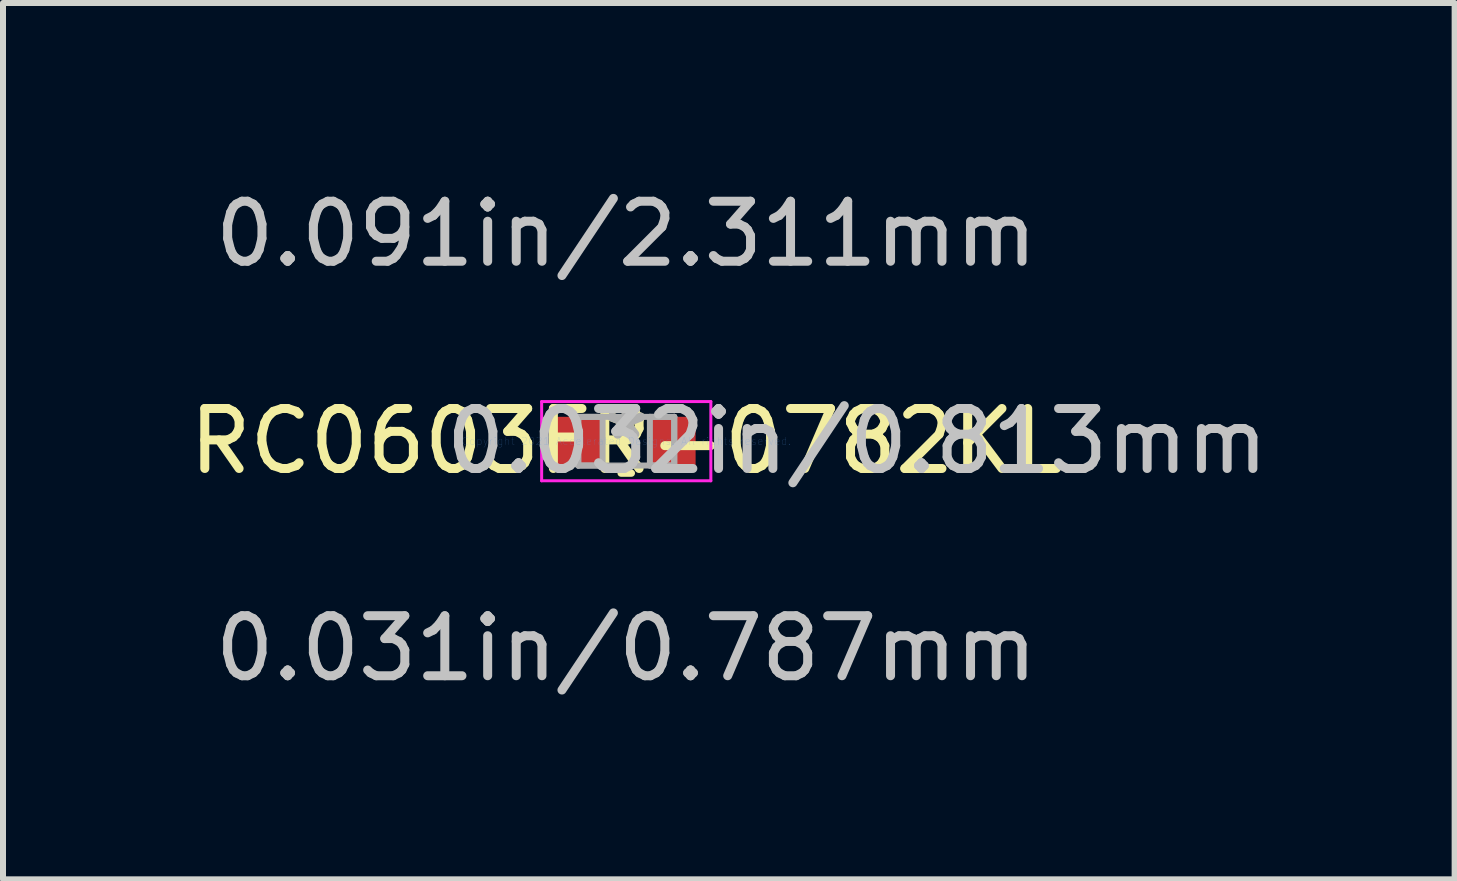
<source format=kicad_pcb>
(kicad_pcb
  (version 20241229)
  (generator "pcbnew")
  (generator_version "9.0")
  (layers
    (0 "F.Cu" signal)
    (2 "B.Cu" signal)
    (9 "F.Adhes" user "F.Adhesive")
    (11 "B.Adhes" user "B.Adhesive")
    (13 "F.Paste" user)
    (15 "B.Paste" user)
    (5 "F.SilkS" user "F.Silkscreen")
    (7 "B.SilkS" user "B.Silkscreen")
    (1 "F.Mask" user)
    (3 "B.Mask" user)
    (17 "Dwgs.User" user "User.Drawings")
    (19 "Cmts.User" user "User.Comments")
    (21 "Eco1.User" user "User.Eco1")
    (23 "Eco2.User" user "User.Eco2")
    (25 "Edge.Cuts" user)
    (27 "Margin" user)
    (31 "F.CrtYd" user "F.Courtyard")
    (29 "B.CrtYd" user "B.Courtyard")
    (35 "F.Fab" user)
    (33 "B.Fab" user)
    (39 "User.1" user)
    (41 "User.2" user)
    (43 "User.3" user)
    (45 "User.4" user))
  (footprint "RC0603FR-0782KL"
    (layer "F.Cu")
    (at 7.387 4.303)
    (property "Reference" "RC0603FR-0782KL" (at 0 0 0) (layer "F.SilkS") (effects (font (size 1 1) (thickness 0.15))))
    (attr through_hole)
    (fp_line (start -0.086 0.533) (end 0.086 0.533) (stroke (width 0.12) (type solid)) (layer "F.SilkS"))
    (fp_line (start 0.086 -0.533) (end -0.086 -0.533) (stroke (width 0.12) (type solid)) (layer "F.SilkS"))
    (fp_line (start -1.41 -0.66) (end 1.41 -0.66) (stroke (width 0.05) (type solid)) (layer "F.CrtYd"))
    (fp_line (start -1.41 0.66) (end -1.41 -0.66) (stroke (width 0.05) (type solid)) (layer "F.CrtYd"))
    (fp_line (start 1.41 -0.66) (end 1.41 0.66) (stroke (width 0.05) (type solid)) (layer "F.CrtYd"))
    (fp_line (start 1.41 0.66) (end -1.41 0.66) (stroke (width 0.05) (type solid)) (layer "F.CrtYd"))
    (fp_line (start -0.8 -0.406) (end -0.8 0.406) (stroke (width 0.1) (type solid)) (layer "F.Fab"))
    (fp_line (start -0.8 -0.406) (end -0.8 0.406) (stroke (width 0.1) (type solid)) (layer "F.Fab"))
    (fp_line (start -0.8 0.406) (end -0.394 0.406) (stroke (width 0.1) (type solid)) (layer "F.Fab"))
    (fp_line (start -0.8 0.406) (end 0.8 0.406) (stroke (width 0.1) (type solid)) (layer "F.Fab"))
    (fp_line (start -0.394 -0.406) (end -0.8 -0.406) (stroke (width 0.1) (type solid)) (layer "F.Fab"))
    (fp_line (start -0.394 0.406) (end -0.394 -0.406) (stroke (width 0.1) (type solid)) (layer "F.Fab"))
    (fp_line (start 0.394 -0.406) (end 0.394 0.406) (stroke (width 0.1) (type solid)) (layer "F.Fab"))
    (fp_line (start 0.394 0.406) (end 0.8 0.406) (stroke (width 0.1) (type solid)) (layer "F.Fab"))
    (fp_line (start 0.8 -0.406) (end -0.8 -0.406) (stroke (width 0.1) (type solid)) (layer "F.Fab"))
    (fp_line (start 0.8 -0.406) (end 0.394 -0.406) (stroke (width 0.1) (type solid)) (layer "F.Fab"))
    (fp_line (start 0.8 0.406) (end 0.8 -0.406) (stroke (width 0.1) (type solid)) (layer "F.Fab"))
    (fp_line (start 0.8 0.406) (end 0.8 -0.406) (stroke (width 0.1) (type solid)) (layer "F.Fab"))
    (fp_text user "*" (at 0 0 0) (layer "F.SilkS") (effects (font (size 1 1) (thickness 0.15))))
    (fp_text user "0.032in/0.813mm" (at 3.848 0 0) (layer "Dwgs.User") (effects (font (size 1 1) (thickness 0.15))))
    (fp_text user "0.091in/2.311mm" (at 0 -3.454 0) (layer "Dwgs.User") (effects (font (size 1 1) (thickness 0.15))))
    (fp_text user "0.031in/0.787mm" (at 0 3.454 0) (layer "Dwgs.User") (effects (font (size 1 1) (thickness 0.15))))
    (fp_text user "Copyright 2021 Accelerated Designs. All rights reserved." (at 0 0 0) (layer "Cmts.User") (effects (font (size 0.127 0.127) (thickness 0.002))))
    (fp_text user "*" (at 0 0 0) (layer "F.Fab") (effects (font (size 1 1) (thickness 0.15))))
    (pad "1" smd rect (at -0.775 0) (size 0.762 0.813) (layers "F.Cu" "F.Mask" "F.Paste"))
    (pad "2" smd rect (at 0.775 0) (size 0.762 0.813) (layers "F.Cu" "F.Mask" "F.Paste")))
  (gr_rect
    (start -3 -3)
    (end 21.193 11.605)
    (stroke (width 0.1) (type default))
    (fill no)
    (layer "Edge.Cuts")))
</source>
